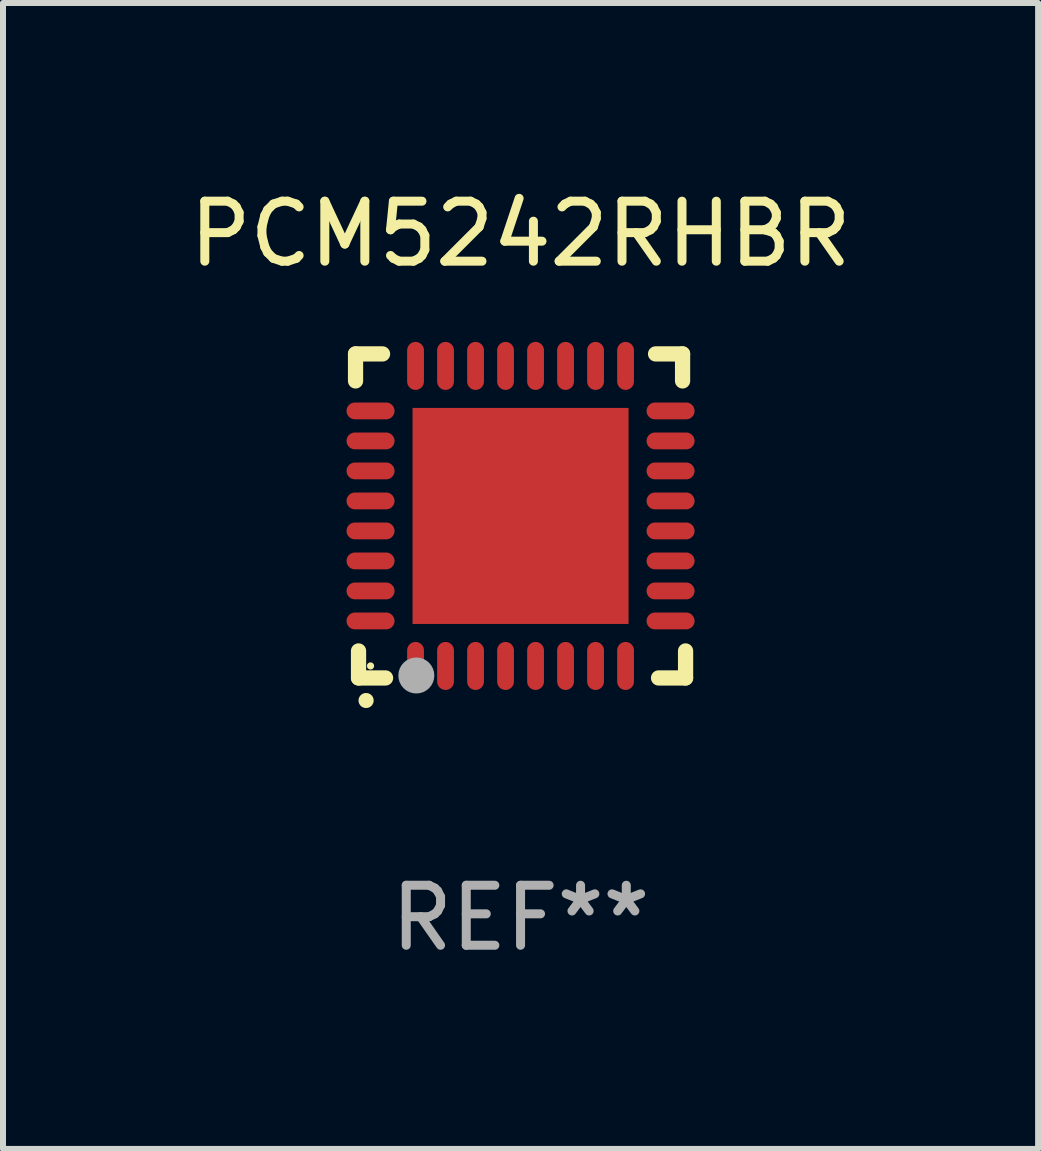
<source format=kicad_pcb>
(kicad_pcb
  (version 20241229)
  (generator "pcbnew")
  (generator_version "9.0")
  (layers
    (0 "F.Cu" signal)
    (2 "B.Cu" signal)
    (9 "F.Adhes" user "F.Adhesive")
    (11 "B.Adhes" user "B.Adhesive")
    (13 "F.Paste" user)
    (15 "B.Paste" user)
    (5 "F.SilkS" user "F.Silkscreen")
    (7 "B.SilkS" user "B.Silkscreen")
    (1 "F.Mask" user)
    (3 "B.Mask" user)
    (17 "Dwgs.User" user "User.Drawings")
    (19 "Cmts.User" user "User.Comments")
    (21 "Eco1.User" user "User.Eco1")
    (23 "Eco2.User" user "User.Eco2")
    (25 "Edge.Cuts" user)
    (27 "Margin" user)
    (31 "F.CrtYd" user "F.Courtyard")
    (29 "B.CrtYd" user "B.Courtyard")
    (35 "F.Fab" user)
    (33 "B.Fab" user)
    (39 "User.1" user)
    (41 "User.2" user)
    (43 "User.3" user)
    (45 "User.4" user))
  (footprint "PCM5242RHBR"
    (layer "F.Cu")
    (at 5.625 5.548)
    (property "Reference" "PCM5242RHBR" (at 0 -4.7 0) (layer "F.SilkS") (effects (font (size 1 1) (thickness 0.15))))
    (attr through_hole)
    (fp_line (start -2.75 -2.7) (end -2.75 -2.25) (stroke (width 0.254) (type solid)) (layer "F.SilkS"))
    (fp_line (start -2.7 2.7) (end -2.7 2.25) (stroke (width 0.254) (type solid)) (layer "F.SilkS"))
    (fp_line (start -2.3 -2.7) (end -2.75 -2.7) (stroke (width 0.254) (type solid)) (layer "F.SilkS"))
    (fp_line (start -2.25 2.7) (end -2.7 2.7) (stroke (width 0.254) (type solid)) (layer "F.SilkS"))
    (fp_line (start 2.3 2.7) (end 2.75 2.7) (stroke (width 0.254) (type solid)) (layer "F.SilkS"))
    (fp_line (start 2.7 -2.7) (end 2.25 -2.7) (stroke (width 0.254) (type solid)) (layer "F.SilkS"))
    (fp_line (start 2.7 -2.25) (end 2.7 -2.7) (stroke (width 0.254) (type solid)) (layer "F.SilkS"))
    (fp_line (start 2.75 2.7) (end 2.75 2.25) (stroke (width 0.254) (type solid)) (layer "F.SilkS"))
    (fp_arc (start -2.575565 3.075946) (mid -2.574295 3.07594) (end -2.573025 3.075946) (stroke (width 0.25) (type solid)) (layer "F.SilkS"))
    (fp_circle (center -2.5 2.5) (end -2.47 2.5) (stroke (width 0.06) (type solid)) (fill no) (layer "F.SilkS"))
    (fp_circle (center -1.737 2.659) (end -1.587 2.659) (stroke (width 0.3) (type solid)) (fill no) (layer "F.Fab"))
    (fp_text user "REF**" (at 0 6.7 0) (layer "F.Fab") (effects (font (size 1 1) (thickness 0.15))))
    (pad "1" smd oval (at -1.75 2.5) (size 0.28 0.8) (layers "F.Cu" "F.Mask" "F.Paste"))
    (pad "2" smd oval (at -1.25 2.5) (size 0.28 0.8) (layers "F.Cu" "F.Mask" "F.Paste"))
    (pad "3" smd oval (at -0.75 2.5) (size 0.28 0.8) (layers "F.Cu" "F.Mask" "F.Paste"))
    (pad "4" smd oval (at -0.25 2.5) (size 0.28 0.8) (layers "F.Cu" "F.Mask" "F.Paste"))
    (pad "5" smd oval (at 0.25 2.5) (size 0.28 0.8) (layers "F.Cu" "F.Mask" "F.Paste"))
    (pad "6" smd oval (at 0.75 2.5) (size 0.28 0.8) (layers "F.Cu" "F.Mask" "F.Paste"))
    (pad "7" smd oval (at 1.25 2.5) (size 0.28 0.8) (layers "F.Cu" "F.Mask" "F.Paste"))
    (pad "8" smd oval (at 1.75 2.5) (size 0.28 0.8) (layers "F.Cu" "F.Mask" "F.Paste"))
    (pad "9" smd oval (at 2.5 1.75) (size 0.8 0.28) (layers "F.Cu" "F.Mask" "F.Paste"))
    (pad "10" smd oval (at 2.5 1.25) (size 0.8 0.28) (layers "F.Cu" "F.Mask" "F.Paste"))
    (pad "11" smd oval (at 2.5 0.75) (size 0.8 0.28) (layers "F.Cu" "F.Mask" "F.Paste"))
    (pad "12" smd oval (at 2.5 0.25) (size 0.8 0.28) (layers "F.Cu" "F.Mask" "F.Paste"))
    (pad "13" smd oval (at 2.5 -0.25) (size 0.8 0.28) (layers "F.Cu" "F.Mask" "F.Paste"))
    (pad "14" smd oval (at 2.5 -0.75) (size 0.8 0.28) (layers "F.Cu" "F.Mask" "F.Paste"))
    (pad "15" smd oval (at 2.5 -1.25) (size 0.8 0.28) (layers "F.Cu" "F.Mask" "F.Paste"))
    (pad "16" smd oval (at 2.5 -1.75) (size 0.8 0.28) (layers "F.Cu" "F.Mask" "F.Paste"))
    (pad "17" smd oval (at 1.75 -2.5) (size 0.28 0.8) (layers "F.Cu" "F.Mask" "F.Paste"))
    (pad "18" smd oval (at 1.25 -2.5) (size 0.28 0.8) (layers "F.Cu" "F.Mask" "F.Paste"))
    (pad "19" smd oval (at 0.75 -2.5) (size 0.28 0.8) (layers "F.Cu" "F.Mask" "F.Paste"))
    (pad "20" smd oval (at 0.25 -2.5) (size 0.28 0.8) (layers "F.Cu" "F.Mask" "F.Paste"))
    (pad "21" smd oval (at -0.25 -2.5) (size 0.28 0.8) (layers "F.Cu" "F.Mask" "F.Paste"))
    (pad "22" smd oval (at -0.75 -2.5) (size 0.28 0.8) (layers "F.Cu" "F.Mask" "F.Paste"))
    (pad "23" smd oval (at -1.25 -2.5) (size 0.28 0.8) (layers "F.Cu" "F.Mask" "F.Paste"))
    (pad "24" smd oval (at -1.75 -2.5) (size 0.28 0.8) (layers "F.Cu" "F.Mask" "F.Paste"))
    (pad "25" smd oval (at -2.5 -1.75) (size 0.8 0.28) (layers "F.Cu" "F.Mask" "F.Paste"))
    (pad "26" smd oval (at -2.5 -1.25) (size 0.8 0.28) (layers "F.Cu" "F.Mask" "F.Paste"))
    (pad "27" smd oval (at -2.5 -0.75) (size 0.8 0.28) (layers "F.Cu" "F.Mask" "F.Paste"))
    (pad "28" smd oval (at -2.5 -0.25) (size 0.8 0.28) (layers "F.Cu" "F.Mask" "F.Paste"))
    (pad "29" smd oval (at -2.5 0.25) (size 0.8 0.28) (layers "F.Cu" "F.Mask" "F.Paste"))
    (pad "30" smd oval (at -2.5 0.75) (size 0.8 0.28) (layers "F.Cu" "F.Mask" "F.Paste"))
    (pad "31" smd oval (at -2.5 1.25) (size 0.8 0.28) (layers "F.Cu" "F.Mask" "F.Paste"))
    (pad "32" smd oval (at -2.5 1.75) (size 0.8 0.28) (layers "F.Cu" "F.Mask" "F.Paste"))
    (pad "33" smd rect (at 0.000076 0.000076) (size 3.6 3.6) (layers "F.Cu" "F.Mask" "F.Paste")))
  (gr_rect
    (start -3 -3)
    (end 14.25 16.097)
    (stroke (width 0.1) (type default))
    (fill no)
    (layer "Edge.Cuts")))
</source>
